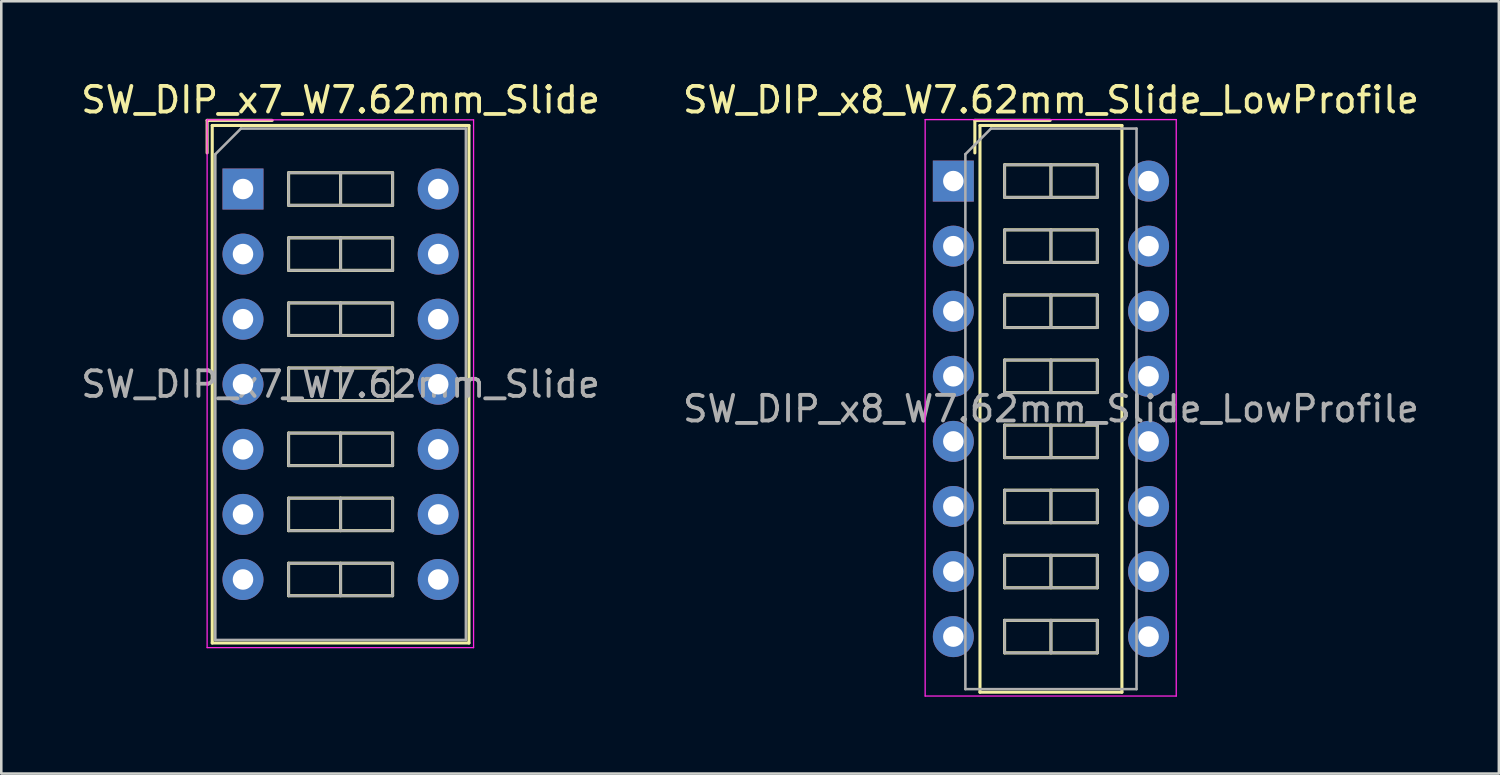
<source format=kicad_pcb>
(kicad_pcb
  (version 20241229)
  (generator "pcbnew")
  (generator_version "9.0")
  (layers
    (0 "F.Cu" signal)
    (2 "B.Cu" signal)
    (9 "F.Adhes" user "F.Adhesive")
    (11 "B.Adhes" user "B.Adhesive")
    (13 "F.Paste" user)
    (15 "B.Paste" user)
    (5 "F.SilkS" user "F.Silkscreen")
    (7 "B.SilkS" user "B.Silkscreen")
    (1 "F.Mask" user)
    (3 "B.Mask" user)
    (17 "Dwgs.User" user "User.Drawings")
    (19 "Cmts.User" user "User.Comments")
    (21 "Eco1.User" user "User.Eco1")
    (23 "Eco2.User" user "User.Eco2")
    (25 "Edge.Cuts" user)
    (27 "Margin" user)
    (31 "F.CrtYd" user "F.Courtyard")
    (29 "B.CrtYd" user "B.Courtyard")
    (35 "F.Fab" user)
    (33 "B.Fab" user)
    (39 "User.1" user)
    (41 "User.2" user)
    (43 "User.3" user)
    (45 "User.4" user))
  (footprint "SW_DIP_x8_W7.62mm_Slide_LowProfile"
    (layer "F.Cu")
    (at 34.16 4.018)
    (property "Reference" "SW_DIP_x8_W7.62mm_Slide_LowProfile" (at 3.81 -3.17 0) (layer "F.SilkS") (effects (font (size 1 1) (thickness 0.15))))
    (attr through_hole)
    (fp_line (start 0.84 -2.37) (end 0.84 -1.1) (stroke (width 0.12) (type solid)) (layer "F.SilkS"))
    (fp_line (start 0.84 -2.37) (end 3.78 -2.37) (stroke (width 0.12) (type solid)) (layer "F.SilkS"))
    (fp_line (start 1.04 -2.17) (end 6.58 -2.17) (stroke (width 0.12) (type solid)) (layer "F.SilkS"))
    (fp_line (start 1.04 19.95) (end 1.04 -2.17) (stroke (width 0.12) (type solid)) (layer "F.SilkS"))
    (fp_line (start 2 -0.635) (end 2 0.635) (stroke (width 0.12) (type solid)) (layer "F.SilkS"))
    (fp_line (start 2 0.635) (end 5.62 0.635) (stroke (width 0.12) (type solid)) (layer "F.SilkS"))
    (fp_line (start 2 1.905) (end 2 3.175) (stroke (width 0.12) (type solid)) (layer "F.SilkS"))
    (fp_line (start 2 3.175) (end 5.62 3.175) (stroke (width 0.12) (type solid)) (layer "F.SilkS"))
    (fp_line (start 2 4.445) (end 2 5.715) (stroke (width 0.12) (type solid)) (layer "F.SilkS"))
    (fp_line (start 2 5.715) (end 5.62 5.715) (stroke (width 0.12) (type solid)) (layer "F.SilkS"))
    (fp_line (start 2 6.985) (end 2 8.255) (stroke (width 0.12) (type solid)) (layer "F.SilkS"))
    (fp_line (start 2 8.255) (end 5.62 8.255) (stroke (width 0.12) (type solid)) (layer "F.SilkS"))
    (fp_line (start 2 9.525) (end 2 10.795) (stroke (width 0.12) (type solid)) (layer "F.SilkS"))
    (fp_line (start 2 10.795) (end 5.62 10.795) (stroke (width 0.12) (type solid)) (layer "F.SilkS"))
    (fp_line (start 2 12.065) (end 2 13.335) (stroke (width 0.12) (type solid)) (layer "F.SilkS"))
    (fp_line (start 2 13.335) (end 5.62 13.335) (stroke (width 0.12) (type solid)) (layer "F.SilkS"))
    (fp_line (start 2 14.605) (end 2 15.875) (stroke (width 0.12) (type solid)) (layer "F.SilkS"))
    (fp_line (start 2 15.875) (end 5.62 15.875) (stroke (width 0.12) (type solid)) (layer "F.SilkS"))
    (fp_line (start 2 17.145) (end 2 18.415) (stroke (width 0.12) (type solid)) (layer "F.SilkS"))
    (fp_line (start 2 18.415) (end 5.62 18.415) (stroke (width 0.12) (type solid)) (layer "F.SilkS"))
    (fp_line (start 3.81 -0.635) (end 3.81 0.635) (stroke (width 0.12) (type solid)) (layer "F.SilkS"))
    (fp_line (start 3.81 1.905) (end 3.81 3.175) (stroke (width 0.12) (type solid)) (layer "F.SilkS"))
    (fp_line (start 3.81 4.445) (end 3.81 5.715) (stroke (width 0.12) (type solid)) (layer "F.SilkS"))
    (fp_line (start 3.81 6.985) (end 3.81 8.255) (stroke (width 0.12) (type solid)) (layer "F.SilkS"))
    (fp_line (start 3.81 9.525) (end 3.81 10.795) (stroke (width 0.12) (type solid)) (layer "F.SilkS"))
    (fp_line (start 3.81 12.065) (end 3.81 13.335) (stroke (width 0.12) (type solid)) (layer "F.SilkS"))
    (fp_line (start 3.81 14.605) (end 3.81 15.875) (stroke (width 0.12) (type solid)) (layer "F.SilkS"))
    (fp_line (start 3.81 17.145) (end 3.81 18.415) (stroke (width 0.12) (type solid)) (layer "F.SilkS"))
    (fp_line (start 5.62 -0.635) (end 2 -0.635) (stroke (width 0.12) (type solid)) (layer "F.SilkS"))
    (fp_line (start 5.62 0.635) (end 5.62 -0.635) (stroke (width 0.12) (type solid)) (layer "F.SilkS"))
    (fp_line (start 5.62 1.905) (end 2 1.905) (stroke (width 0.12) (type solid)) (layer "F.SilkS"))
    (fp_line (start 5.62 3.175) (end 5.62 1.905) (stroke (width 0.12) (type solid)) (layer "F.SilkS"))
    (fp_line (start 5.62 4.445) (end 2 4.445) (stroke (width 0.12) (type solid)) (layer "F.SilkS"))
    (fp_line (start 5.62 5.715) (end 5.62 4.445) (stroke (width 0.12) (type solid)) (layer "F.SilkS"))
    (fp_line (start 5.62 6.985) (end 2 6.985) (stroke (width 0.12) (type solid)) (layer "F.SilkS"))
    (fp_line (start 5.62 8.255) (end 5.62 6.985) (stroke (width 0.12) (type solid)) (layer "F.SilkS"))
    (fp_line (start 5.62 9.525) (end 2 9.525) (stroke (width 0.12) (type solid)) (layer "F.SilkS"))
    (fp_line (start 5.62 10.795) (end 5.62 9.525) (stroke (width 0.12) (type solid)) (layer "F.SilkS"))
    (fp_line (start 5.62 12.065) (end 2 12.065) (stroke (width 0.12) (type solid)) (layer "F.SilkS"))
    (fp_line (start 5.62 13.335) (end 5.62 12.065) (stroke (width 0.12) (type solid)) (layer "F.SilkS"))
    (fp_line (start 5.62 14.605) (end 2 14.605) (stroke (width 0.12) (type solid)) (layer "F.SilkS"))
    (fp_line (start 5.62 15.875) (end 5.62 14.605) (stroke (width 0.12) (type solid)) (layer "F.SilkS"))
    (fp_line (start 5.62 17.145) (end 2 17.145) (stroke (width 0.12) (type solid)) (layer "F.SilkS"))
    (fp_line (start 5.62 18.415) (end 5.62 17.145) (stroke (width 0.12) (type solid)) (layer "F.SilkS"))
    (fp_line (start 6.58 -2.17) (end 6.58 19.95) (stroke (width 0.12) (type solid)) (layer "F.SilkS"))
    (fp_line (start 6.58 19.95) (end 1.04 19.95) (stroke (width 0.12) (type solid)) (layer "F.SilkS"))
    (fp_line (start -1.1 -2.4) (end -1.1 20.1) (stroke (width 0.05) (type solid)) (layer "F.CrtYd"))
    (fp_line (start -1.1 20.1) (end 8.7 20.1) (stroke (width 0.05) (type solid)) (layer "F.CrtYd"))
    (fp_line (start 8.7 -2.4) (end -1.1 -2.4) (stroke (width 0.05) (type solid)) (layer "F.CrtYd"))
    (fp_line (start 8.7 20.1) (end 8.7 -2.4) (stroke (width 0.05) (type solid)) (layer "F.CrtYd"))
    (fp_line (start 0.47 -1.05) (end 1.47 -2.05) (stroke (width 0.1) (type solid)) (layer "F.Fab"))
    (fp_line (start 0.47 19.83) (end 0.47 -1.05) (stroke (width 0.1) (type solid)) (layer "F.Fab"))
    (fp_line (start 1.47 -2.05) (end 7.15 -2.05) (stroke (width 0.1) (type solid)) (layer "F.Fab"))
    (fp_line (start 2 -0.635) (end 2 0.635) (stroke (width 0.1) (type solid)) (layer "F.Fab"))
    (fp_line (start 2 0.635) (end 5.62 0.635) (stroke (width 0.1) (type solid)) (layer "F.Fab"))
    (fp_line (start 2 1.905) (end 2 3.175) (stroke (width 0.1) (type solid)) (layer "F.Fab"))
    (fp_line (start 2 3.175) (end 5.62 3.175) (stroke (width 0.1) (type solid)) (layer "F.Fab"))
    (fp_line (start 2 4.445) (end 2 5.715) (stroke (width 0.1) (type solid)) (layer "F.Fab"))
    (fp_line (start 2 5.715) (end 5.62 5.715) (stroke (width 0.1) (type solid)) (layer "F.Fab"))
    (fp_line (start 2 6.985) (end 2 8.255) (stroke (width 0.1) (type solid)) (layer "F.Fab"))
    (fp_line (start 2 8.255) (end 5.62 8.255) (stroke (width 0.1) (type solid)) (layer "F.Fab"))
    (fp_line (start 2 9.525) (end 2 10.795) (stroke (width 0.1) (type solid)) (layer "F.Fab"))
    (fp_line (start 2 10.795) (end 5.62 10.795) (stroke (width 0.1) (type solid)) (layer "F.Fab"))
    (fp_line (start 2 12.065) (end 2 13.335) (stroke (width 0.1) (type solid)) (layer "F.Fab"))
    (fp_line (start 2 13.335) (end 5.62 13.335) (stroke (width 0.1) (type solid)) (layer "F.Fab"))
    (fp_line (start 2 14.605) (end 2 15.875) (stroke (width 0.1) (type solid)) (layer "F.Fab"))
    (fp_line (start 2 15.875) (end 5.62 15.875) (stroke (width 0.1) (type solid)) (layer "F.Fab"))
    (fp_line (start 2 17.145) (end 2 18.415) (stroke (width 0.1) (type solid)) (layer "F.Fab"))
    (fp_line (start 2 18.415) (end 5.62 18.415) (stroke (width 0.1) (type solid)) (layer "F.Fab"))
    (fp_line (start 3.81 -0.635) (end 3.81 0.635) (stroke (width 0.1) (type solid)) (layer "F.Fab"))
    (fp_line (start 3.81 1.905) (end 3.81 3.175) (stroke (width 0.1) (type solid)) (layer "F.Fab"))
    (fp_line (start 3.81 4.445) (end 3.81 5.715) (stroke (width 0.1) (type solid)) (layer "F.Fab"))
    (fp_line (start 3.81 6.985) (end 3.81 8.255) (stroke (width 0.1) (type solid)) (layer "F.Fab"))
    (fp_line (start 3.81 9.525) (end 3.81 10.795) (stroke (width 0.1) (type solid)) (layer "F.Fab"))
    (fp_line (start 3.81 12.065) (end 3.81 13.335) (stroke (width 0.1) (type solid)) (layer "F.Fab"))
    (fp_line (start 3.81 14.605) (end 3.81 15.875) (stroke (width 0.1) (type solid)) (layer "F.Fab"))
    (fp_line (start 3.81 17.145) (end 3.81 18.415) (stroke (width 0.1) (type solid)) (layer "F.Fab"))
    (fp_line (start 5.62 -0.635) (end 2 -0.635) (stroke (width 0.1) (type solid)) (layer "F.Fab"))
    (fp_line (start 5.62 0.635) (end 5.62 -0.635) (stroke (width 0.1) (type solid)) (layer "F.Fab"))
    (fp_line (start 5.62 1.905) (end 2 1.905) (stroke (width 0.1) (type solid)) (layer "F.Fab"))
    (fp_line (start 5.62 3.175) (end 5.62 1.905) (stroke (width 0.1) (type solid)) (layer "F.Fab"))
    (fp_line (start 5.62 4.445) (end 2 4.445) (stroke (width 0.1) (type solid)) (layer "F.Fab"))
    (fp_line (start 5.62 5.715) (end 5.62 4.445) (stroke (width 0.1) (type solid)) (layer "F.Fab"))
    (fp_line (start 5.62 6.985) (end 2 6.985) (stroke (width 0.1) (type solid)) (layer "F.Fab"))
    (fp_line (start 5.62 8.255) (end 5.62 6.985) (stroke (width 0.1) (type solid)) (layer "F.Fab"))
    (fp_line (start 5.62 9.525) (end 2 9.525) (stroke (width 0.1) (type solid)) (layer "F.Fab"))
    (fp_line (start 5.62 10.795) (end 5.62 9.525) (stroke (width 0.1) (type solid)) (layer "F.Fab"))
    (fp_line (start 5.62 12.065) (end 2 12.065) (stroke (width 0.1) (type solid)) (layer "F.Fab"))
    (fp_line (start 5.62 13.335) (end 5.62 12.065) (stroke (width 0.1) (type solid)) (layer "F.Fab"))
    (fp_line (start 5.62 14.605) (end 2 14.605) (stroke (width 0.1) (type solid)) (layer "F.Fab"))
    (fp_line (start 5.62 15.875) (end 5.62 14.605) (stroke (width 0.1) (type solid)) (layer "F.Fab"))
    (fp_line (start 5.62 17.145) (end 2 17.145) (stroke (width 0.1) (type solid)) (layer "F.Fab"))
    (fp_line (start 5.62 18.415) (end 5.62 17.145) (stroke (width 0.1) (type solid)) (layer "F.Fab"))
    (fp_line (start 7.15 -2.05) (end 7.15 19.83) (stroke (width 0.1) (type solid)) (layer "F.Fab"))
    (fp_line (start 7.15 19.83) (end 0.47 19.83) (stroke (width 0.1) (type solid)) (layer "F.Fab"))
    (fp_text user "${REFERENCE}" (at 3.81 8.89 0) (layer "F.Fab") (effects (font (size 1 1) (thickness 0.15))))
    (pad "1" thru_hole rect (at 0 0) (size 1.6 1.6) (drill 0.8) (layers "*.Cu" "*.Mask"))
    (pad "2" thru_hole oval (at 0 2.54) (size 1.6 1.6) (drill 0.8) (layers "*.Cu" "*.Mask"))
    (pad "3" thru_hole oval (at 0 5.08) (size 1.6 1.6) (drill 0.8) (layers "*.Cu" "*.Mask"))
    (pad "4" thru_hole oval (at 0 7.62) (size 1.6 1.6) (drill 0.8) (layers "*.Cu" "*.Mask"))
    (pad "5" thru_hole oval (at 0 10.16) (size 1.6 1.6) (drill 0.8) (layers "*.Cu" "*.Mask"))
    (pad "6" thru_hole oval (at 0 12.7) (size 1.6 1.6) (drill 0.8) (layers "*.Cu" "*.Mask"))
    (pad "7" thru_hole oval (at 0 15.24) (size 1.6 1.6) (drill 0.8) (layers "*.Cu" "*.Mask"))
    (pad "8" thru_hole oval (at 0 17.78) (size 1.6 1.6) (drill 0.8) (layers "*.Cu" "*.Mask"))
    (pad "9" thru_hole oval (at 7.62 17.78) (size 1.6 1.6) (drill 0.8) (layers "*.Cu" "*.Mask"))
    (pad "10" thru_hole oval (at 7.62 15.24) (size 1.6 1.6) (drill 0.8) (layers "*.Cu" "*.Mask"))
    (pad "11" thru_hole oval (at 7.62 12.7) (size 1.6 1.6) (drill 0.8) (layers "*.Cu" "*.Mask"))
    (pad "12" thru_hole oval (at 7.62 10.16) (size 1.6 1.6) (drill 0.8) (layers "*.Cu" "*.Mask"))
    (pad "13" thru_hole oval (at 7.62 7.62) (size 1.6 1.6) (drill 0.8) (layers "*.Cu" "*.Mask"))
    (pad "14" thru_hole oval (at 7.62 5.08) (size 1.6 1.6) (drill 0.8) (layers "*.Cu" "*.Mask"))
    (pad "15" thru_hole oval (at 7.62 2.54) (size 1.6 1.6) (drill 0.8) (layers "*.Cu" "*.Mask"))
    (pad "16" thru_hole oval (at 7.62 0) (size 1.6 1.6) (drill 0.8) (layers "*.Cu" "*.Mask")))
  (footprint "SW_DIP_x7_W7.62mm_Slide"
    (layer "F.Cu")
    (at 6.434 4.328)
    (property "Reference" "SW_DIP_x7_W7.62mm_Slide" (at 3.81 -3.48 0) (layer "F.SilkS") (effects (font (size 1 1) (thickness 0.15))))
    (attr through_hole)
    (fp_line (start -1.4 -2.68) (end -1.4 -1.41) (stroke (width 0.12) (type solid)) (layer "F.SilkS"))
    (fp_line (start -1.4 -2.68) (end 1.14 -2.68) (stroke (width 0.12) (type solid)) (layer "F.SilkS"))
    (fp_line (start -1.2 -2.48) (end 8.82 -2.48) (stroke (width 0.12) (type solid)) (layer "F.SilkS"))
    (fp_line (start -1.2 17.72) (end -1.2 -2.48) (stroke (width 0.12) (type solid)) (layer "F.SilkS"))
    (fp_line (start 1.78 -0.635) (end 1.78 0.635) (stroke (width 0.12) (type solid)) (layer "F.SilkS"))
    (fp_line (start 1.78 0.635) (end 5.84 0.635) (stroke (width 0.12) (type solid)) (layer "F.SilkS"))
    (fp_line (start 1.78 1.905) (end 1.78 3.175) (stroke (width 0.12) (type solid)) (layer "F.SilkS"))
    (fp_line (start 1.78 3.175) (end 5.84 3.175) (stroke (width 0.12) (type solid)) (layer "F.SilkS"))
    (fp_line (start 1.78 4.445) (end 1.78 5.715) (stroke (width 0.12) (type solid)) (layer "F.SilkS"))
    (fp_line (start 1.78 5.715) (end 5.84 5.715) (stroke (width 0.12) (type solid)) (layer "F.SilkS"))
    (fp_line (start 1.78 6.985) (end 1.78 8.255) (stroke (width 0.12) (type solid)) (layer "F.SilkS"))
    (fp_line (start 1.78 8.255) (end 5.84 8.255) (stroke (width 0.12) (type solid)) (layer "F.SilkS"))
    (fp_line (start 1.78 9.525) (end 1.78 10.795) (stroke (width 0.12) (type solid)) (layer "F.SilkS"))
    (fp_line (start 1.78 10.795) (end 5.84 10.795) (stroke (width 0.12) (type solid)) (layer "F.SilkS"))
    (fp_line (start 1.78 12.065) (end 1.78 13.335) (stroke (width 0.12) (type solid)) (layer "F.SilkS"))
    (fp_line (start 1.78 13.335) (end 5.84 13.335) (stroke (width 0.12) (type solid)) (layer "F.SilkS"))
    (fp_line (start 1.78 14.605) (end 1.78 15.875) (stroke (width 0.12) (type solid)) (layer "F.SilkS"))
    (fp_line (start 1.78 15.875) (end 5.84 15.875) (stroke (width 0.12) (type solid)) (layer "F.SilkS"))
    (fp_line (start 3.81 -0.635) (end 3.81 0.635) (stroke (width 0.12) (type solid)) (layer "F.SilkS"))
    (fp_line (start 3.81 1.905) (end 3.81 3.175) (stroke (width 0.12) (type solid)) (layer "F.SilkS"))
    (fp_line (start 3.81 4.445) (end 3.81 5.715) (stroke (width 0.12) (type solid)) (layer "F.SilkS"))
    (fp_line (start 3.81 6.985) (end 3.81 8.255) (stroke (width 0.12) (type solid)) (layer "F.SilkS"))
    (fp_line (start 3.81 9.525) (end 3.81 10.795) (stroke (width 0.12) (type solid)) (layer "F.SilkS"))
    (fp_line (start 3.81 12.065) (end 3.81 13.335) (stroke (width 0.12) (type solid)) (layer "F.SilkS"))
    (fp_line (start 3.81 14.605) (end 3.81 15.875) (stroke (width 0.12) (type solid)) (layer "F.SilkS"))
    (fp_line (start 5.84 -0.635) (end 1.78 -0.635) (stroke (width 0.12) (type solid)) (layer "F.SilkS"))
    (fp_line (start 5.84 0.635) (end 5.84 -0.635) (stroke (width 0.12) (type solid)) (layer "F.SilkS"))
    (fp_line (start 5.84 1.905) (end 1.78 1.905) (stroke (width 0.12) (type solid)) (layer "F.SilkS"))
    (fp_line (start 5.84 3.175) (end 5.84 1.905) (stroke (width 0.12) (type solid)) (layer "F.SilkS"))
    (fp_line (start 5.84 4.445) (end 1.78 4.445) (stroke (width 0.12) (type solid)) (layer "F.SilkS"))
    (fp_line (start 5.84 5.715) (end 5.84 4.445) (stroke (width 0.12) (type solid)) (layer "F.SilkS"))
    (fp_line (start 5.84 6.985) (end 1.78 6.985) (stroke (width 0.12) (type solid)) (layer "F.SilkS"))
    (fp_line (start 5.84 8.255) (end 5.84 6.985) (stroke (width 0.12) (type solid)) (layer "F.SilkS"))
    (fp_line (start 5.84 9.525) (end 1.78 9.525) (stroke (width 0.12) (type solid)) (layer "F.SilkS"))
    (fp_line (start 5.84 10.795) (end 5.84 9.525) (stroke (width 0.12) (type solid)) (layer "F.SilkS"))
    (fp_line (start 5.84 12.065) (end 1.78 12.065) (stroke (width 0.12) (type solid)) (layer "F.SilkS"))
    (fp_line (start 5.84 13.335) (end 5.84 12.065) (stroke (width 0.12) (type solid)) (layer "F.SilkS"))
    (fp_line (start 5.84 14.605) (end 1.78 14.605) (stroke (width 0.12) (type solid)) (layer "F.SilkS"))
    (fp_line (start 5.84 15.875) (end 5.84 14.605) (stroke (width 0.12) (type solid)) (layer "F.SilkS"))
    (fp_line (start 8.82 -2.48) (end 8.82 17.72) (stroke (width 0.12) (type solid)) (layer "F.SilkS"))
    (fp_line (start 8.82 17.72) (end -1.2 17.72) (stroke (width 0.12) (type solid)) (layer "F.SilkS"))
    (fp_line (start -1.4 -2.7) (end -1.4 17.9) (stroke (width 0.05) (type solid)) (layer "F.CrtYd"))
    (fp_line (start -1.4 17.9) (end 9 17.9) (stroke (width 0.05) (type solid)) (layer "F.CrtYd"))
    (fp_line (start 9 -2.7) (end -1.4 -2.7) (stroke (width 0.05) (type solid)) (layer "F.CrtYd"))
    (fp_line (start 9 17.9) (end 9 -2.7) (stroke (width 0.05) (type solid)) (layer "F.CrtYd"))
    (fp_line (start -1.08 -1.36) (end -0.08 -2.36) (stroke (width 0.1) (type solid)) (layer "F.Fab"))
    (fp_line (start -1.08 17.6) (end -1.08 -1.36) (stroke (width 0.1) (type solid)) (layer "F.Fab"))
    (fp_line (start -0.08 -2.36) (end 8.7 -2.36) (stroke (width 0.1) (type solid)) (layer "F.Fab"))
    (fp_line (start 1.78 -0.635) (end 1.78 0.635) (stroke (width 0.1) (type solid)) (layer "F.Fab"))
    (fp_line (start 1.78 0.635) (end 5.84 0.635) (stroke (width 0.1) (type solid)) (layer "F.Fab"))
    (fp_line (start 1.78 1.905) (end 1.78 3.175) (stroke (width 0.1) (type solid)) (layer "F.Fab"))
    (fp_line (start 1.78 3.175) (end 5.84 3.175) (stroke (width 0.1) (type solid)) (layer "F.Fab"))
    (fp_line (start 1.78 4.445) (end 1.78 5.715) (stroke (width 0.1) (type solid)) (layer "F.Fab"))
    (fp_line (start 1.78 5.715) (end 5.84 5.715) (stroke (width 0.1) (type solid)) (layer "F.Fab"))
    (fp_line (start 1.78 6.985) (end 1.78 8.255) (stroke (width 0.1) (type solid)) (layer "F.Fab"))
    (fp_line (start 1.78 8.255) (end 5.84 8.255) (stroke (width 0.1) (type solid)) (layer "F.Fab"))
    (fp_line (start 1.78 9.525) (end 1.78 10.795) (stroke (width 0.1) (type solid)) (layer "F.Fab"))
    (fp_line (start 1.78 10.795) (end 5.84 10.795) (stroke (width 0.1) (type solid)) (layer "F.Fab"))
    (fp_line (start 1.78 12.065) (end 1.78 13.335) (stroke (width 0.1) (type solid)) (layer "F.Fab"))
    (fp_line (start 1.78 13.335) (end 5.84 13.335) (stroke (width 0.1) (type solid)) (layer "F.Fab"))
    (fp_line (start 1.78 14.605) (end 1.78 15.875) (stroke (width 0.1) (type solid)) (layer "F.Fab"))
    (fp_line (start 1.78 15.875) (end 5.84 15.875) (stroke (width 0.1) (type solid)) (layer "F.Fab"))
    (fp_line (start 3.81 -0.635) (end 3.81 0.635) (stroke (width 0.1) (type solid)) (layer "F.Fab"))
    (fp_line (start 3.81 1.905) (end 3.81 3.175) (stroke (width 0.1) (type solid)) (layer "F.Fab"))
    (fp_line (start 3.81 4.445) (end 3.81 5.715) (stroke (width 0.1) (type solid)) (layer "F.Fab"))
    (fp_line (start 3.81 6.985) (end 3.81 8.255) (stroke (width 0.1) (type solid)) (layer "F.Fab"))
    (fp_line (start 3.81 9.525) (end 3.81 10.795) (stroke (width 0.1) (type solid)) (layer "F.Fab"))
    (fp_line (start 3.81 12.065) (end 3.81 13.335) (stroke (width 0.1) (type solid)) (layer "F.Fab"))
    (fp_line (start 3.81 14.605) (end 3.81 15.875) (stroke (width 0.1) (type solid)) (layer "F.Fab"))
    (fp_line (start 5.84 -0.635) (end 1.78 -0.635) (stroke (width 0.1) (type solid)) (layer "F.Fab"))
    (fp_line (start 5.84 0.635) (end 5.84 -0.635) (stroke (width 0.1) (type solid)) (layer "F.Fab"))
    (fp_line (start 5.84 1.905) (end 1.78 1.905) (stroke (width 0.1) (type solid)) (layer "F.Fab"))
    (fp_line (start 5.84 3.175) (end 5.84 1.905) (stroke (width 0.1) (type solid)) (layer "F.Fab"))
    (fp_line (start 5.84 4.445) (end 1.78 4.445) (stroke (width 0.1) (type solid)) (layer "F.Fab"))
    (fp_line (start 5.84 5.715) (end 5.84 4.445) (stroke (width 0.1) (type solid)) (layer "F.Fab"))
    (fp_line (start 5.84 6.985) (end 1.78 6.985) (stroke (width 0.1) (type solid)) (layer "F.Fab"))
    (fp_line (start 5.84 8.255) (end 5.84 6.985) (stroke (width 0.1) (type solid)) (layer "F.Fab"))
    (fp_line (start 5.84 9.525) (end 1.78 9.525) (stroke (width 0.1) (type solid)) (layer "F.Fab"))
    (fp_line (start 5.84 10.795) (end 5.84 9.525) (stroke (width 0.1) (type solid)) (layer "F.Fab"))
    (fp_line (start 5.84 12.065) (end 1.78 12.065) (stroke (width 0.1) (type solid)) (layer "F.Fab"))
    (fp_line (start 5.84 13.335) (end 5.84 12.065) (stroke (width 0.1) (type solid)) (layer "F.Fab"))
    (fp_line (start 5.84 14.605) (end 1.78 14.605) (stroke (width 0.1) (type solid)) (layer "F.Fab"))
    (fp_line (start 5.84 15.875) (end 5.84 14.605) (stroke (width 0.1) (type solid)) (layer "F.Fab"))
    (fp_line (start 8.7 -2.36) (end 8.7 17.6) (stroke (width 0.1) (type solid)) (layer "F.Fab"))
    (fp_line (start 8.7 17.6) (end -1.08 17.6) (stroke (width 0.1) (type solid)) (layer "F.Fab"))
    (fp_text user "${REFERENCE}" (at 3.81 7.62 0) (layer "F.Fab") (effects (font (size 1 1) (thickness 0.15))))
    (pad "1" thru_hole rect (at 0 0) (size 1.6 1.6) (drill 0.8) (layers "*.Cu" "*.Mask"))
    (pad "2" thru_hole oval (at 0 2.54) (size 1.6 1.6) (drill 0.8) (layers "*.Cu" "*.Mask"))
    (pad "3" thru_hole oval (at 0 5.08) (size 1.6 1.6) (drill 0.8) (layers "*.Cu" "*.Mask"))
    (pad "4" thru_hole oval (at 0 7.62) (size 1.6 1.6) (drill 0.8) (layers "*.Cu" "*.Mask"))
    (pad "5" thru_hole oval (at 0 10.16) (size 1.6 1.6) (drill 0.8) (layers "*.Cu" "*.Mask"))
    (pad "6" thru_hole oval (at 0 12.7) (size 1.6 1.6) (drill 0.8) (layers "*.Cu" "*.Mask"))
    (pad "7" thru_hole oval (at 0 15.24) (size 1.6 1.6) (drill 0.8) (layers "*.Cu" "*.Mask"))
    (pad "8" thru_hole oval (at 7.62 15.24) (size 1.6 1.6) (drill 0.8) (layers "*.Cu" "*.Mask"))
    (pad "9" thru_hole oval (at 7.62 12.7) (size 1.6 1.6) (drill 0.8) (layers "*.Cu" "*.Mask"))
    (pad "10" thru_hole oval (at 7.62 10.16) (size 1.6 1.6) (drill 0.8) (layers "*.Cu" "*.Mask"))
    (pad "11" thru_hole oval (at 7.62 7.62) (size 1.6 1.6) (drill 0.8) (layers "*.Cu" "*.Mask"))
    (pad "12" thru_hole oval (at 7.62 5.08) (size 1.6 1.6) (drill 0.8) (layers "*.Cu" "*.Mask"))
    (pad "13" thru_hole oval (at 7.62 2.54) (size 1.6 1.6) (drill 0.8) (layers "*.Cu" "*.Mask"))
    (pad "14" thru_hole oval (at 7.62 0) (size 1.6 1.6) (drill 0.8) (layers "*.Cu" "*.Mask")))
  (gr_rect
    (start -3 -3)
    (end 55.452 27.143)
    (stroke (width 0.1) (type default))
    (fill no)
    (layer "Edge.Cuts")))
</source>
